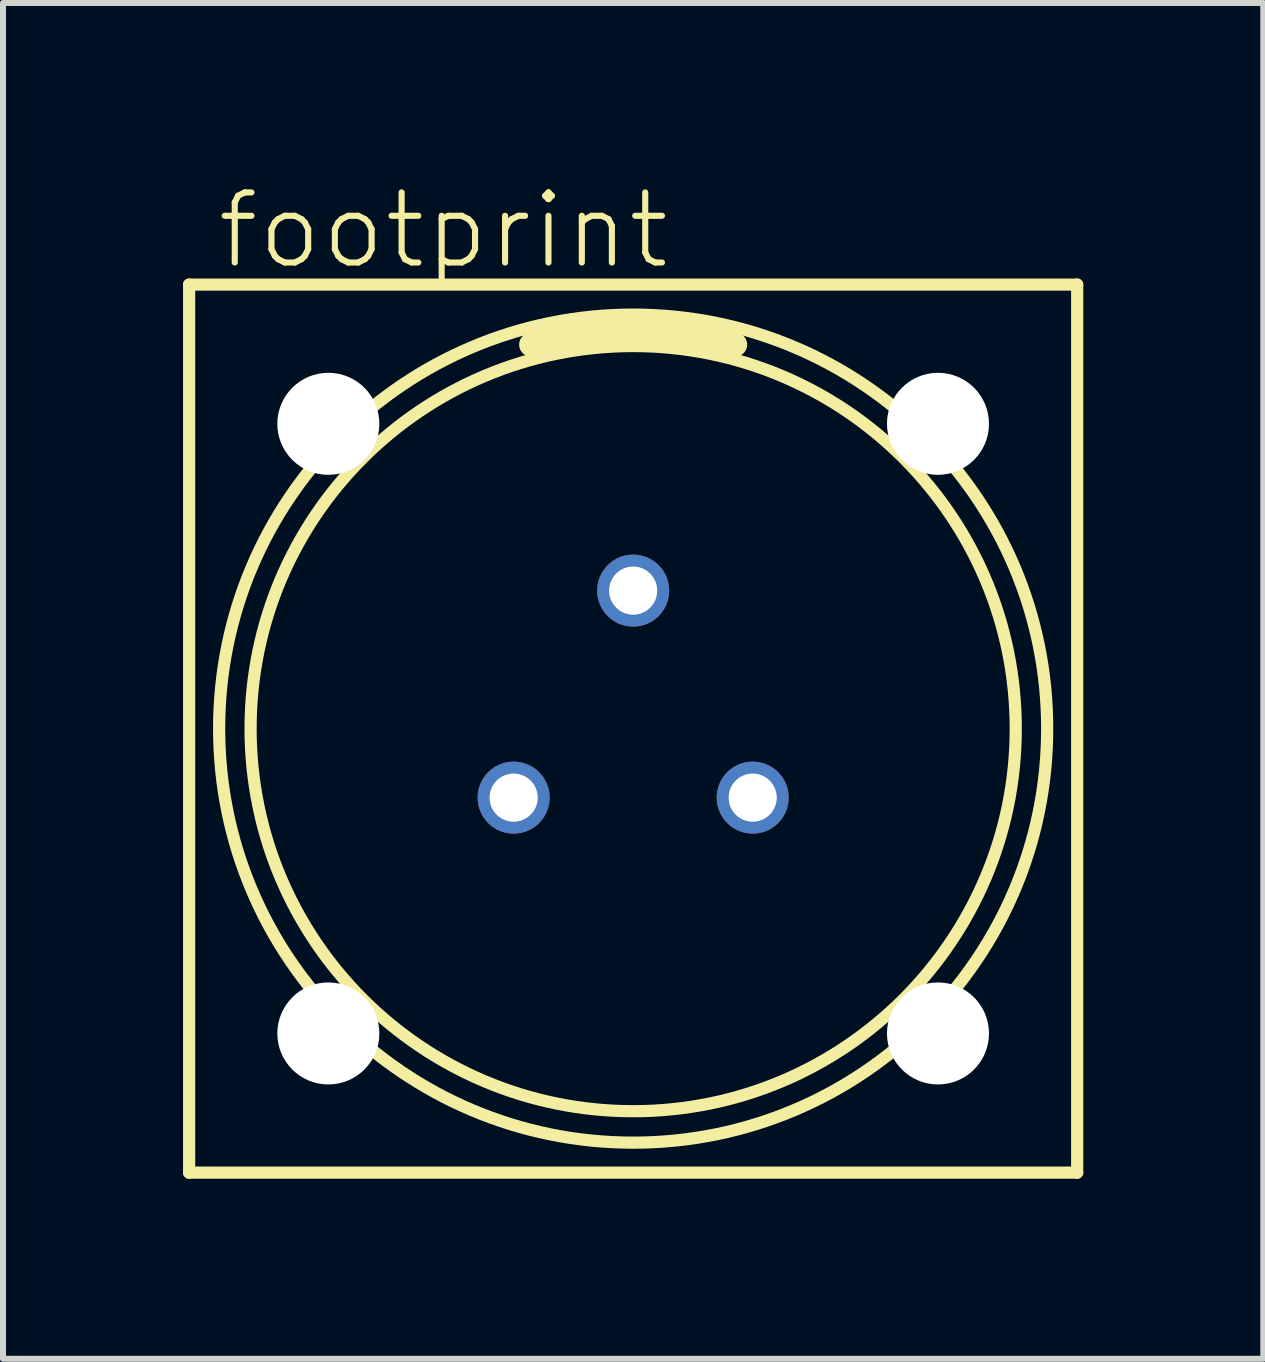
<source format=kicad_pcb>
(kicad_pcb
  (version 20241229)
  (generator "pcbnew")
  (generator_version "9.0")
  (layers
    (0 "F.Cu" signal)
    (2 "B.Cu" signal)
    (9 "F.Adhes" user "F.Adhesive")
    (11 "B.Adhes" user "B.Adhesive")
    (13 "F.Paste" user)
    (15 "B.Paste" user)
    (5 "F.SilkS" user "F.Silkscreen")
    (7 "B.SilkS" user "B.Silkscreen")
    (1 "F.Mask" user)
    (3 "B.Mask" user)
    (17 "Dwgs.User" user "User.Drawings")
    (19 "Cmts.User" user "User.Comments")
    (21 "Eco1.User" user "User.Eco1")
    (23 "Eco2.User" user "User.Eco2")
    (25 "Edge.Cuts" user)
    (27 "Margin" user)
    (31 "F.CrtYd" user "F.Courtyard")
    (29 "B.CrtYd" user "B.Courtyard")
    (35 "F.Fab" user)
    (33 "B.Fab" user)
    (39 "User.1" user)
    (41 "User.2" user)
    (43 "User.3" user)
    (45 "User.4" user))
  (footprint "footprint"
    (layer "F.Cu")
    (at 7.502 9.093)
    (property "Reference" "footprint" (at -6.985 -7.62 0) (layer "F.SilkS") (effects (font (size 1.168 1.168) (thickness 0.102)) (justify left bottom)))
    (fp_line (start -7.4 -7.4) (end 7.4 -7.4) (stroke (width 0.203) (type solid)) (layer "F.SilkS"))
    (fp_line (start -7.4 7.4) (end -7.4 -7.4) (stroke (width 0.203) (type solid)) (layer "F.SilkS"))
    (fp_line (start 7.4 -7.4) (end 7.4 7.4) (stroke (width 0.203) (type solid)) (layer "F.SilkS"))
    (fp_line (start 7.4 7.4) (end -7.4 7.4) (stroke (width 0.203) (type solid)) (layer "F.SilkS"))
    (fp_arc (start -1.7 -6.4) (mid 0 -6.650475) (end 1.700001 -6.4) (stroke (width 0.4) (type solid)) (layer "F.SilkS"))
    (fp_circle (center 0 0) (end 6.376 0) (stroke (width 0.203) (type solid)) (fill no) (layer "F.SilkS"))
    (fp_circle (center 0 0) (end 6.9 0) (stroke (width 0.203) (type solid)) (fill no) (layer "F.SilkS"))
    (fp_circle (center -1.992 1.15) (end -1.694 1.15) (stroke (width 0.203) (type solid)) (fill no) (layer "F.Fab"))
    (fp_circle (center 0 -2.3) (end 0.298 -2.3) (stroke (width 0.203) (type solid)) (fill no) (layer "F.Fab"))
    (fp_circle (center 1.992 1.15) (end 2.29 1.15) (stroke (width 0.203) (type solid)) (fill no) (layer "F.Fab"))
    (pad "" np_thru_hole circle (at -5.08 -5.08) (size 1.7 1.7) (drill 1.7) (layers "*.Cu" "*.Mask"))
    (pad "" np_thru_hole circle (at -5.08 5.08) (size 1.7 1.7) (drill 1.7) (layers "*.Cu" "*.Mask"))
    (pad "" np_thru_hole circle (at 5.08 -5.08) (size 1.7 1.7) (drill 1.7) (layers "*.Cu" "*.Mask"))
    (pad "" np_thru_hole circle (at 5.08 5.08) (size 1.7 1.7) (drill 1.7) (layers "*.Cu" "*.Mask"))
    (pad "1" thru_hole circle (at 0 -2.3) (size 1.2 1.2) (drill 0.8) (layers "*.Cu" "*.Mask"))
    (pad "2" thru_hole circle (at -1.992 1.15) (size 1.2 1.2) (drill 0.8) (layers "*.Cu" "*.Mask"))
    (pad "3" thru_hole circle (at 1.992 1.15) (size 1.2 1.2) (drill 0.8) (layers "*.Cu" "*.Mask")))
  (gr_rect
    (start -3 -3)
    (end 18.003 19.595)
    (stroke (width 0.1) (type default))
    (fill no)
    (layer "Edge.Cuts")))
</source>
